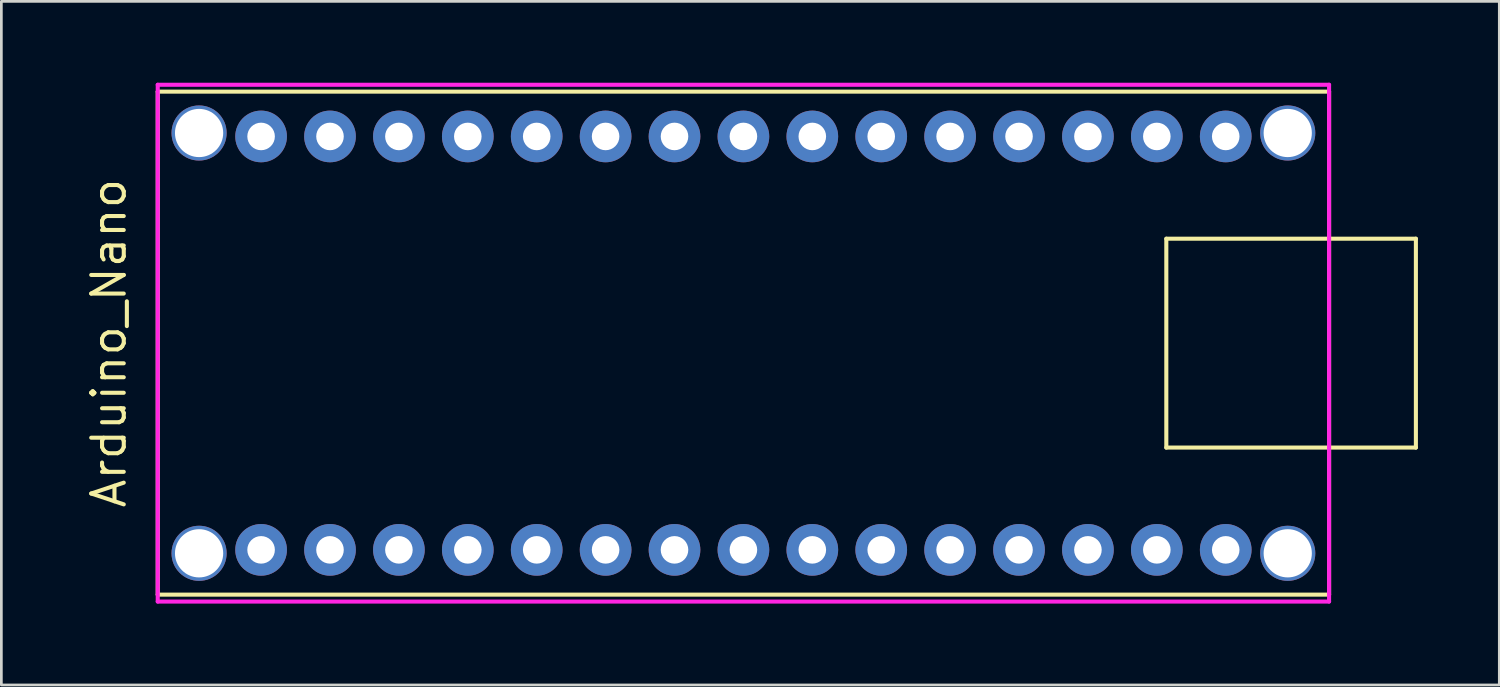
<source format=kicad_pcb>
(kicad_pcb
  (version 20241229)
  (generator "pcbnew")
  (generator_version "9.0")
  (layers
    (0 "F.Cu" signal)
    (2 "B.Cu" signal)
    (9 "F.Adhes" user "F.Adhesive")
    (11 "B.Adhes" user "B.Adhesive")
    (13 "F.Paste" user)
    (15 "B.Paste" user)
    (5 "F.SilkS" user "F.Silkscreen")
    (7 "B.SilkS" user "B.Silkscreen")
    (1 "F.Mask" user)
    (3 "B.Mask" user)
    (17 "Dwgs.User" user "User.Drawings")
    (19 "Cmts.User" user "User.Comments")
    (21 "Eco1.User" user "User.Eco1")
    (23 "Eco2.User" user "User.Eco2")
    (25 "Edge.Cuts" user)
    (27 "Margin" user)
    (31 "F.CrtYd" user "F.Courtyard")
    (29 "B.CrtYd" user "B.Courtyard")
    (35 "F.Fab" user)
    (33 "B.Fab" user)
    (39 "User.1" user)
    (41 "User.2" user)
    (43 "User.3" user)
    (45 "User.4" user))
  (footprint "Arduino_Nano"
    (layer "F.Cu")
    (at 45.945 1.98)
    (property "Reference" "Arduino_Nano" (at -44.98 7.62 90) (layer "F.SilkS") (effects (font (size 1.2 1.2) (thickness 0.15))))
    (attr through_hole)
    (fp_line (start -43.18 -1.651) (end -43.18 16.891) (stroke (width 0.15) (type solid)) (layer "F.SilkS"))
    (fp_line (start -43.18 16.891) (end 0 16.891) (stroke (width 0.15) (type solid)) (layer "F.SilkS"))
    (fp_line (start -6 3.77) (end 3.2 3.77) (stroke (width 0.15) (type solid)) (layer "F.SilkS"))
    (fp_line (start -6 11.47) (end -6 3.77) (stroke (width 0.15) (type solid)) (layer "F.SilkS"))
    (fp_line (start 0 -1.651) (end -43.18 -1.651) (stroke (width 0.15) (type solid)) (layer "F.SilkS"))
    (fp_line (start 0 16.891) (end 0 -1.651) (stroke (width 0.15) (type solid)) (layer "F.SilkS"))
    (fp_line (start 3.2 3.77) (end 3.2 11.47) (stroke (width 0.15) (type solid)) (layer "F.SilkS"))
    (fp_line (start 3.2 11.47) (end -6 11.47) (stroke (width 0.15) (type solid)) (layer "F.SilkS"))
    (fp_line (start -43.18 -1.905) (end 0 -1.905) (stroke (width 0.15) (type solid)) (layer "F.CrtYd"))
    (fp_line (start -43.18 17.145) (end -43.18 -1.905) (stroke (width 0.15) (type solid)) (layer "F.CrtYd"))
    (fp_line (start 0 -1.905) (end 0 17.145) (stroke (width 0.15) (type solid)) (layer "F.CrtYd"))
    (fp_line (start 0 17.145) (end -43.18 17.145) (stroke (width 0.15) (type solid)) (layer "F.CrtYd"))
    (pad "" thru_hole circle (at -41.656 -0.127) (size 2.032 2.032) (drill 1.778) (layers "*.Cu" "*.Mask"))
    (pad "" thru_hole circle (at -41.656 15.367) (size 2.032 2.032) (drill 1.778) (layers "*.Cu" "*.Mask"))
    (pad "" thru_hole circle (at -1.524 -0.127) (size 2.032 2.032) (drill 1.778) (layers "*.Cu" "*.Mask"))
    (pad "" thru_hole circle (at -1.524 15.367) (size 2.032 2.032) (drill 1.778) (layers "*.Cu" "*.Mask"))
    (pad "1" thru_hole circle (at -39.37 15.24) (size 1.905 1.905) (drill 1.016) (layers "*.Cu" "*.Mask"))
    (pad "2" thru_hole circle (at -36.83 15.24) (size 1.905 1.905) (drill 1.016) (layers "*.Cu" "*.Mask"))
    (pad "3" thru_hole circle (at -34.29 15.24) (size 1.905 1.905) (drill 1.016) (layers "*.Cu" "*.Mask"))
    (pad "4" thru_hole circle (at -31.75 15.24) (size 1.905 1.905) (drill 1.016) (layers "*.Cu" "*.Mask"))
    (pad "5" thru_hole circle (at -29.21 15.24) (size 1.905 1.905) (drill 1.016) (layers "*.Cu" "*.Mask"))
    (pad "6" thru_hole circle (at -26.67 15.24) (size 1.905 1.905) (drill 1.016) (layers "*.Cu" "*.Mask"))
    (pad "7" thru_hole circle (at -24.13 15.24) (size 1.905 1.905) (drill 1.016) (layers "*.Cu" "*.Mask"))
    (pad "8" thru_hole circle (at -21.59 15.24) (size 1.905 1.905) (drill 1.016) (layers "*.Cu" "*.Mask"))
    (pad "9" thru_hole circle (at -19.05 15.24) (size 1.905 1.905) (drill 1.016) (layers "*.Cu" "*.Mask"))
    (pad "10" thru_hole circle (at -16.51 15.24) (size 1.905 1.905) (drill 1.016) (layers "*.Cu" "*.Mask"))
    (pad "11" thru_hole circle (at -13.97 15.24) (size 1.905 1.905) (drill 1.016) (layers "*.Cu" "*.Mask"))
    (pad "12" thru_hole circle (at -11.43 15.24) (size 1.905 1.905) (drill 1.016) (layers "*.Cu" "*.Mask"))
    (pad "13" thru_hole circle (at -8.89 15.24) (size 1.905 1.905) (drill 1.016) (layers "*.Cu" "*.Mask"))
    (pad "14" thru_hole circle (at -6.35 15.24) (size 1.905 1.905) (drill 1.016) (layers "*.Cu" "*.Mask"))
    (pad "15" thru_hole circle (at -3.81 15.24) (size 1.905 1.905) (drill 1.016) (layers "*.Cu" "*.Mask"))
    (pad "16" thru_hole circle (at -3.81 0) (size 1.905 1.905) (drill 1.016) (layers "*.Cu" "*.Mask"))
    (pad "17" thru_hole circle (at -6.35 0) (size 1.905 1.905) (drill 1.016) (layers "*.Cu" "*.Mask"))
    (pad "18" thru_hole circle (at -8.89 0) (size 1.905 1.905) (drill 1.016) (layers "*.Cu" "*.Mask"))
    (pad "19" thru_hole circle (at -11.43 0) (size 1.905 1.905) (drill 1.016) (layers "*.Cu" "*.Mask"))
    (pad "20" thru_hole circle (at -13.97 0) (size 1.905 1.905) (drill 1.016) (layers "*.Cu" "*.Mask"))
    (pad "21" thru_hole circle (at -16.51 0) (size 1.905 1.905) (drill 1.016) (layers "*.Cu" "*.Mask"))
    (pad "22" thru_hole circle (at -19.05 0) (size 1.905 1.905) (drill 1.016) (layers "*.Cu" "*.Mask"))
    (pad "23" thru_hole circle (at -21.59 0) (size 1.905 1.905) (drill 1.016) (layers "*.Cu" "*.Mask"))
    (pad "24" thru_hole circle (at -24.13 0) (size 1.905 1.905) (drill 1.016) (layers "*.Cu" "*.Mask"))
    (pad "25" thru_hole circle (at -26.67 0) (size 1.905 1.905) (drill 1.016) (layers "*.Cu" "*.Mask"))
    (pad "26" thru_hole circle (at -29.21 0) (size 1.905 1.905) (drill 1.016) (layers "*.Cu" "*.Mask"))
    (pad "27" thru_hole circle (at -31.75 0) (size 1.905 1.905) (drill 1.016) (layers "*.Cu" "*.Mask"))
    (pad "28" thru_hole circle (at -34.29 0) (size 1.905 1.905) (drill 1.016) (layers "*.Cu" "*.Mask"))
    (pad "29" thru_hole circle (at -36.83 0) (size 1.905 1.905) (drill 1.016) (layers "*.Cu" "*.Mask"))
    (pad "30" thru_hole circle (at -39.37 0) (size 1.905 1.905) (drill 1.016) (layers "*.Cu" "*.Mask")))
  (gr_rect
    (start -3 -3)
    (end 52.22 22.2)
    (stroke (width 0.1) (type default))
    (fill no)
    (layer "Edge.Cuts")))
</source>
